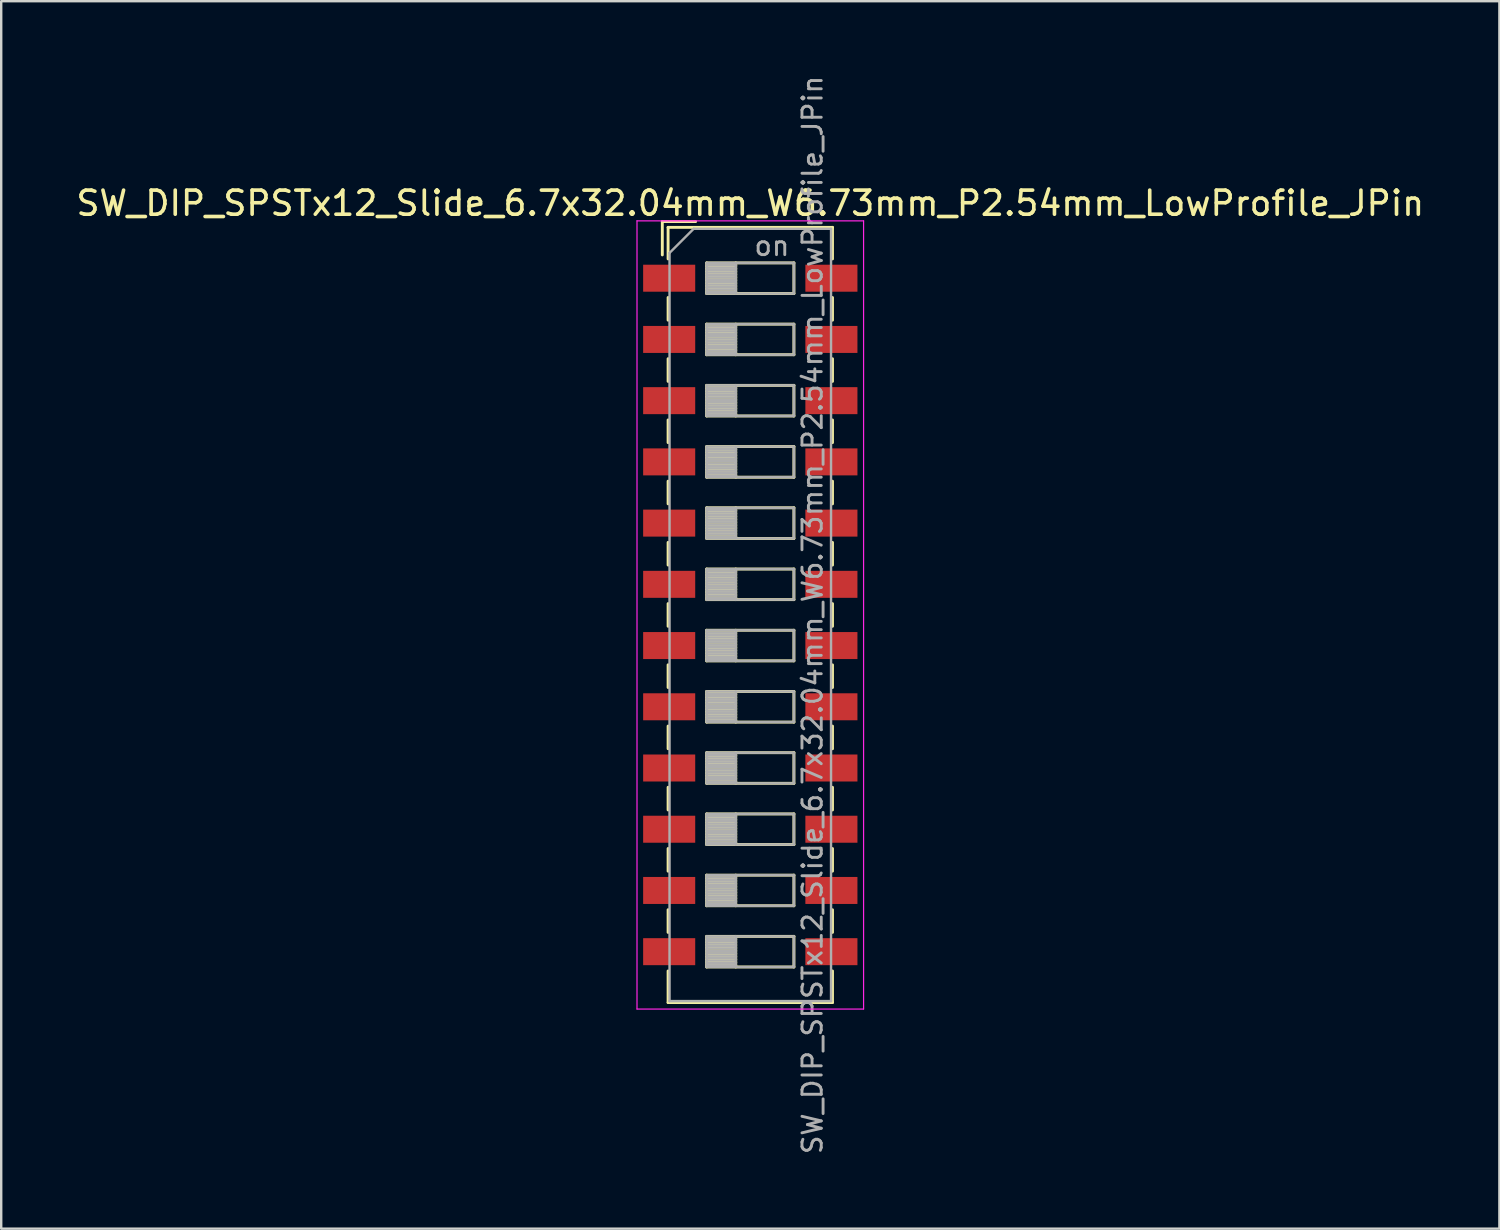
<source format=kicad_pcb>
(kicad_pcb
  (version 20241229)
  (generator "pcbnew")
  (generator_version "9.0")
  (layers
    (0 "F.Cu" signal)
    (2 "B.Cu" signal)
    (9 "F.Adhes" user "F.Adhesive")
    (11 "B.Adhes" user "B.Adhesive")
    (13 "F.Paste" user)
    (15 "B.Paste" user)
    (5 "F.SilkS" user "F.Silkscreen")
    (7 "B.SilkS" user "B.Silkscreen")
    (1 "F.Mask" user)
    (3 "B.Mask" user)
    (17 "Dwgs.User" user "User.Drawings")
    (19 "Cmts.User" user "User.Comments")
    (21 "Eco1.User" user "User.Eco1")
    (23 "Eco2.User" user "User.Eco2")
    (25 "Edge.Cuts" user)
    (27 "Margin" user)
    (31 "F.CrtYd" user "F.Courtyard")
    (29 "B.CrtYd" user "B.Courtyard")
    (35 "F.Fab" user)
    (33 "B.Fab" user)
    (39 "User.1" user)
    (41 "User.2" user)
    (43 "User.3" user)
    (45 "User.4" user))
  (footprint "SW_DIP_SPSTx12_Slide_6.7x32.04mm_W6.73mm_P2.54mm_LowProfile_JPin"
    (layer "F.Cu")
    (at 28.077 22.462)
    (property "Reference" "SW_DIP_SPSTx12_Slide_6.7x32.04mm_W6.73mm_P2.54mm_LowProfile_JPin" (at 0 -17.08 0) (layer "F.SilkS") (effects (font (size 1 1) (thickness 0.15))))
    (attr smd)
    (fp_line (start -3.65 -16.32) (end -3.65 -14.937) (stroke (width 0.12) (type solid)) (layer "F.SilkS"))
    (fp_line (start -3.65 -16.32) (end -2.267 -16.32) (stroke (width 0.12) (type solid)) (layer "F.SilkS"))
    (fp_line (start -3.41 -16.08) (end -3.41 -14.77) (stroke (width 0.12) (type solid)) (layer "F.SilkS"))
    (fp_line (start -3.41 -16.08) (end 3.41 -16.08) (stroke (width 0.12) (type solid)) (layer "F.SilkS"))
    (fp_line (start -3.41 -13.17) (end -3.41 -12.23) (stroke (width 0.12) (type solid)) (layer "F.SilkS"))
    (fp_line (start -3.41 -10.63) (end -3.41 -9.69) (stroke (width 0.12) (type solid)) (layer "F.SilkS"))
    (fp_line (start -3.41 -8.09) (end -3.41 -7.15) (stroke (width 0.12) (type solid)) (layer "F.SilkS"))
    (fp_line (start -3.41 -5.55) (end -3.41 -4.61) (stroke (width 0.12) (type solid)) (layer "F.SilkS"))
    (fp_line (start -3.41 -3.01) (end -3.41 -2.07) (stroke (width 0.12) (type solid)) (layer "F.SilkS"))
    (fp_line (start -3.41 -0.47) (end -3.41 0.47) (stroke (width 0.12) (type solid)) (layer "F.SilkS"))
    (fp_line (start -3.41 2.07) (end -3.41 3.01) (stroke (width 0.12) (type solid)) (layer "F.SilkS"))
    (fp_line (start -3.41 4.61) (end -3.41 5.55) (stroke (width 0.12) (type solid)) (layer "F.SilkS"))
    (fp_line (start -3.41 7.15) (end -3.41 8.09) (stroke (width 0.12) (type solid)) (layer "F.SilkS"))
    (fp_line (start -3.41 9.69) (end -3.41 10.63) (stroke (width 0.12) (type solid)) (layer "F.SilkS"))
    (fp_line (start -3.41 12.23) (end -3.41 13.17) (stroke (width 0.12) (type solid)) (layer "F.SilkS"))
    (fp_line (start -3.41 14.77) (end -3.41 16.08) (stroke (width 0.12) (type solid)) (layer "F.SilkS"))
    (fp_line (start -3.41 16.08) (end 3.41 16.08) (stroke (width 0.12) (type solid)) (layer "F.SilkS"))
    (fp_line (start -1.81 -14.605) (end -1.81 -13.335) (stroke (width 0.12) (type solid)) (layer "F.SilkS"))
    (fp_line (start -1.81 -14.485) (end -0.603 -14.485) (stroke (width 0.12) (type solid)) (layer "F.SilkS"))
    (fp_line (start -1.81 -14.365) (end -0.603 -14.365) (stroke (width 0.12) (type solid)) (layer "F.SilkS"))
    (fp_line (start -1.81 -14.245) (end -0.603 -14.245) (stroke (width 0.12) (type solid)) (layer "F.SilkS"))
    (fp_line (start -1.81 -14.125) (end -0.603 -14.125) (stroke (width 0.12) (type solid)) (layer "F.SilkS"))
    (fp_line (start -1.81 -14.005) (end -0.603 -14.005) (stroke (width 0.12) (type solid)) (layer "F.SilkS"))
    (fp_line (start -1.81 -13.885) (end -0.603 -13.885) (stroke (width 0.12) (type solid)) (layer "F.SilkS"))
    (fp_line (start -1.81 -13.765) (end -0.603 -13.765) (stroke (width 0.12) (type solid)) (layer "F.SilkS"))
    (fp_line (start -1.81 -13.645) (end -0.603 -13.645) (stroke (width 0.12) (type solid)) (layer "F.SilkS"))
    (fp_line (start -1.81 -13.525) (end -0.603 -13.525) (stroke (width 0.12) (type solid)) (layer "F.SilkS"))
    (fp_line (start -1.81 -13.405) (end -0.603 -13.405) (stroke (width 0.12) (type solid)) (layer "F.SilkS"))
    (fp_line (start -1.81 -13.335) (end 1.81 -13.335) (stroke (width 0.12) (type solid)) (layer "F.SilkS"))
    (fp_line (start -1.81 -12.065) (end -1.81 -10.795) (stroke (width 0.12) (type solid)) (layer "F.SilkS"))
    (fp_line (start -1.81 -11.945) (end -0.603 -11.945) (stroke (width 0.12) (type solid)) (layer "F.SilkS"))
    (fp_line (start -1.81 -11.825) (end -0.603 -11.825) (stroke (width 0.12) (type solid)) (layer "F.SilkS"))
    (fp_line (start -1.81 -11.705) (end -0.603 -11.705) (stroke (width 0.12) (type solid)) (layer "F.SilkS"))
    (fp_line (start -1.81 -11.585) (end -0.603 -11.585) (stroke (width 0.12) (type solid)) (layer "F.SilkS"))
    (fp_line (start -1.81 -11.465) (end -0.603 -11.465) (stroke (width 0.12) (type solid)) (layer "F.SilkS"))
    (fp_line (start -1.81 -11.345) (end -0.603 -11.345) (stroke (width 0.12) (type solid)) (layer "F.SilkS"))
    (fp_line (start -1.81 -11.225) (end -0.603 -11.225) (stroke (width 0.12) (type solid)) (layer "F.SilkS"))
    (fp_line (start -1.81 -11.105) (end -0.603 -11.105) (stroke (width 0.12) (type solid)) (layer "F.SilkS"))
    (fp_line (start -1.81 -10.985) (end -0.603 -10.985) (stroke (width 0.12) (type solid)) (layer "F.SilkS"))
    (fp_line (start -1.81 -10.865) (end -0.603 -10.865) (stroke (width 0.12) (type solid)) (layer "F.SilkS"))
    (fp_line (start -1.81 -10.795) (end 1.81 -10.795) (stroke (width 0.12) (type solid)) (layer "F.SilkS"))
    (fp_line (start -1.81 -9.525) (end -1.81 -8.255) (stroke (width 0.12) (type solid)) (layer "F.SilkS"))
    (fp_line (start -1.81 -9.405) (end -0.603 -9.405) (stroke (width 0.12) (type solid)) (layer "F.SilkS"))
    (fp_line (start -1.81 -9.285) (end -0.603 -9.285) (stroke (width 0.12) (type solid)) (layer "F.SilkS"))
    (fp_line (start -1.81 -9.165) (end -0.603 -9.165) (stroke (width 0.12) (type solid)) (layer "F.SilkS"))
    (fp_line (start -1.81 -9.045) (end -0.603 -9.045) (stroke (width 0.12) (type solid)) (layer "F.SilkS"))
    (fp_line (start -1.81 -8.925) (end -0.603 -8.925) (stroke (width 0.12) (type solid)) (layer "F.SilkS"))
    (fp_line (start -1.81 -8.805) (end -0.603 -8.805) (stroke (width 0.12) (type solid)) (layer "F.SilkS"))
    (fp_line (start -1.81 -8.685) (end -0.603 -8.685) (stroke (width 0.12) (type solid)) (layer "F.SilkS"))
    (fp_line (start -1.81 -8.565) (end -0.603 -8.565) (stroke (width 0.12) (type solid)) (layer "F.SilkS"))
    (fp_line (start -1.81 -8.445) (end -0.603 -8.445) (stroke (width 0.12) (type solid)) (layer "F.SilkS"))
    (fp_line (start -1.81 -8.325) (end -0.603 -8.325) (stroke (width 0.12) (type solid)) (layer "F.SilkS"))
    (fp_line (start -1.81 -8.255) (end 1.81 -8.255) (stroke (width 0.12) (type solid)) (layer "F.SilkS"))
    (fp_line (start -1.81 -6.985) (end -1.81 -5.715) (stroke (width 0.12) (type solid)) (layer "F.SilkS"))
    (fp_line (start -1.81 -6.865) (end -0.603 -6.865) (stroke (width 0.12) (type solid)) (layer "F.SilkS"))
    (fp_line (start -1.81 -6.745) (end -0.603 -6.745) (stroke (width 0.12) (type solid)) (layer "F.SilkS"))
    (fp_line (start -1.81 -6.625) (end -0.603 -6.625) (stroke (width 0.12) (type solid)) (layer "F.SilkS"))
    (fp_line (start -1.81 -6.505) (end -0.603 -6.505) (stroke (width 0.12) (type solid)) (layer "F.SilkS"))
    (fp_line (start -1.81 -6.385) (end -0.603 -6.385) (stroke (width 0.12) (type solid)) (layer "F.SilkS"))
    (fp_line (start -1.81 -6.265) (end -0.603 -6.265) (stroke (width 0.12) (type solid)) (layer "F.SilkS"))
    (fp_line (start -1.81 -6.145) (end -0.603 -6.145) (stroke (width 0.12) (type solid)) (layer "F.SilkS"))
    (fp_line (start -1.81 -6.025) (end -0.603 -6.025) (stroke (width 0.12) (type solid)) (layer "F.SilkS"))
    (fp_line (start -1.81 -5.905) (end -0.603 -5.905) (stroke (width 0.12) (type solid)) (layer "F.SilkS"))
    (fp_line (start -1.81 -5.785) (end -0.603 -5.785) (stroke (width 0.12) (type solid)) (layer "F.SilkS"))
    (fp_line (start -1.81 -5.715) (end 1.81 -5.715) (stroke (width 0.12) (type solid)) (layer "F.SilkS"))
    (fp_line (start -1.81 -4.445) (end -1.81 -3.175) (stroke (width 0.12) (type solid)) (layer "F.SilkS"))
    (fp_line (start -1.81 -4.325) (end -0.603 -4.325) (stroke (width 0.12) (type solid)) (layer "F.SilkS"))
    (fp_line (start -1.81 -4.205) (end -0.603 -4.205) (stroke (width 0.12) (type solid)) (layer "F.SilkS"))
    (fp_line (start -1.81 -4.085) (end -0.603 -4.085) (stroke (width 0.12) (type solid)) (layer "F.SilkS"))
    (fp_line (start -1.81 -3.965) (end -0.603 -3.965) (stroke (width 0.12) (type solid)) (layer "F.SilkS"))
    (fp_line (start -1.81 -3.845) (end -0.603 -3.845) (stroke (width 0.12) (type solid)) (layer "F.SilkS"))
    (fp_line (start -1.81 -3.725) (end -0.603 -3.725) (stroke (width 0.12) (type solid)) (layer "F.SilkS"))
    (fp_line (start -1.81 -3.605) (end -0.603 -3.605) (stroke (width 0.12) (type solid)) (layer "F.SilkS"))
    (fp_line (start -1.81 -3.485) (end -0.603 -3.485) (stroke (width 0.12) (type solid)) (layer "F.SilkS"))
    (fp_line (start -1.81 -3.365) (end -0.603 -3.365) (stroke (width 0.12) (type solid)) (layer "F.SilkS"))
    (fp_line (start -1.81 -3.245) (end -0.603 -3.245) (stroke (width 0.12) (type solid)) (layer "F.SilkS"))
    (fp_line (start -1.81 -3.175) (end 1.81 -3.175) (stroke (width 0.12) (type solid)) (layer "F.SilkS"))
    (fp_line (start -1.81 -1.905) (end -1.81 -0.635) (stroke (width 0.12) (type solid)) (layer "F.SilkS"))
    (fp_line (start -1.81 -1.785) (end -0.603 -1.785) (stroke (width 0.12) (type solid)) (layer "F.SilkS"))
    (fp_line (start -1.81 -1.665) (end -0.603 -1.665) (stroke (width 0.12) (type solid)) (layer "F.SilkS"))
    (fp_line (start -1.81 -1.545) (end -0.603 -1.545) (stroke (width 0.12) (type solid)) (layer "F.SilkS"))
    (fp_line (start -1.81 -1.425) (end -0.603 -1.425) (stroke (width 0.12) (type solid)) (layer "F.SilkS"))
    (fp_line (start -1.81 -1.305) (end -0.603 -1.305) (stroke (width 0.12) (type solid)) (layer "F.SilkS"))
    (fp_line (start -1.81 -1.185) (end -0.603 -1.185) (stroke (width 0.12) (type solid)) (layer "F.SilkS"))
    (fp_line (start -1.81 -1.065) (end -0.603 -1.065) (stroke (width 0.12) (type solid)) (layer "F.SilkS"))
    (fp_line (start -1.81 -0.945) (end -0.603 -0.945) (stroke (width 0.12) (type solid)) (layer "F.SilkS"))
    (fp_line (start -1.81 -0.825) (end -0.603 -0.825) (stroke (width 0.12) (type solid)) (layer "F.SilkS"))
    (fp_line (start -1.81 -0.705) (end -0.603 -0.705) (stroke (width 0.12) (type solid)) (layer "F.SilkS"))
    (fp_line (start -1.81 -0.635) (end 1.81 -0.635) (stroke (width 0.12) (type solid)) (layer "F.SilkS"))
    (fp_line (start -1.81 0.635) (end -1.81 1.905) (stroke (width 0.12) (type solid)) (layer "F.SilkS"))
    (fp_line (start -1.81 0.755) (end -0.603 0.755) (stroke (width 0.12) (type solid)) (layer "F.SilkS"))
    (fp_line (start -1.81 0.875) (end -0.603 0.875) (stroke (width 0.12) (type solid)) (layer "F.SilkS"))
    (fp_line (start -1.81 0.995) (end -0.603 0.995) (stroke (width 0.12) (type solid)) (layer "F.SilkS"))
    (fp_line (start -1.81 1.115) (end -0.603 1.115) (stroke (width 0.12) (type solid)) (layer "F.SilkS"))
    (fp_line (start -1.81 1.235) (end -0.603 1.235) (stroke (width 0.12) (type solid)) (layer "F.SilkS"))
    (fp_line (start -1.81 1.355) (end -0.603 1.355) (stroke (width 0.12) (type solid)) (layer "F.SilkS"))
    (fp_line (start -1.81 1.475) (end -0.603 1.475) (stroke (width 0.12) (type solid)) (layer "F.SilkS"))
    (fp_line (start -1.81 1.595) (end -0.603 1.595) (stroke (width 0.12) (type solid)) (layer "F.SilkS"))
    (fp_line (start -1.81 1.715) (end -0.603 1.715) (stroke (width 0.12) (type solid)) (layer "F.SilkS"))
    (fp_line (start -1.81 1.835) (end -0.603 1.835) (stroke (width 0.12) (type solid)) (layer "F.SilkS"))
    (fp_line (start -1.81 1.905) (end 1.81 1.905) (stroke (width 0.12) (type solid)) (layer "F.SilkS"))
    (fp_line (start -1.81 3.175) (end -1.81 4.445) (stroke (width 0.12) (type solid)) (layer "F.SilkS"))
    (fp_line (start -1.81 3.295) (end -0.603 3.295) (stroke (width 0.12) (type solid)) (layer "F.SilkS"))
    (fp_line (start -1.81 3.415) (end -0.603 3.415) (stroke (width 0.12) (type solid)) (layer "F.SilkS"))
    (fp_line (start -1.81 3.535) (end -0.603 3.535) (stroke (width 0.12) (type solid)) (layer "F.SilkS"))
    (fp_line (start -1.81 3.655) (end -0.603 3.655) (stroke (width 0.12) (type solid)) (layer "F.SilkS"))
    (fp_line (start -1.81 3.775) (end -0.603 3.775) (stroke (width 0.12) (type solid)) (layer "F.SilkS"))
    (fp_line (start -1.81 3.895) (end -0.603 3.895) (stroke (width 0.12) (type solid)) (layer "F.SilkS"))
    (fp_line (start -1.81 4.015) (end -0.603 4.015) (stroke (width 0.12) (type solid)) (layer "F.SilkS"))
    (fp_line (start -1.81 4.135) (end -0.603 4.135) (stroke (width 0.12) (type solid)) (layer "F.SilkS"))
    (fp_line (start -1.81 4.255) (end -0.603 4.255) (stroke (width 0.12) (type solid)) (layer "F.SilkS"))
    (fp_line (start -1.81 4.375) (end -0.603 4.375) (stroke (width 0.12) (type solid)) (layer "F.SilkS"))
    (fp_line (start -1.81 4.445) (end 1.81 4.445) (stroke (width 0.12) (type solid)) (layer "F.SilkS"))
    (fp_line (start -1.81 5.715) (end -1.81 6.985) (stroke (width 0.12) (type solid)) (layer "F.SilkS"))
    (fp_line (start -1.81 5.835) (end -0.603 5.835) (stroke (width 0.12) (type solid)) (layer "F.SilkS"))
    (fp_line (start -1.81 5.955) (end -0.603 5.955) (stroke (width 0.12) (type solid)) (layer "F.SilkS"))
    (fp_line (start -1.81 6.075) (end -0.603 6.075) (stroke (width 0.12) (type solid)) (layer "F.SilkS"))
    (fp_line (start -1.81 6.195) (end -0.603 6.195) (stroke (width 0.12) (type solid)) (layer "F.SilkS"))
    (fp_line (start -1.81 6.315) (end -0.603 6.315) (stroke (width 0.12) (type solid)) (layer "F.SilkS"))
    (fp_line (start -1.81 6.435) (end -0.603 6.435) (stroke (width 0.12) (type solid)) (layer "F.SilkS"))
    (fp_line (start -1.81 6.555) (end -0.603 6.555) (stroke (width 0.12) (type solid)) (layer "F.SilkS"))
    (fp_line (start -1.81 6.675) (end -0.603 6.675) (stroke (width 0.12) (type solid)) (layer "F.SilkS"))
    (fp_line (start -1.81 6.795) (end -0.603 6.795) (stroke (width 0.12) (type solid)) (layer "F.SilkS"))
    (fp_line (start -1.81 6.915) (end -0.603 6.915) (stroke (width 0.12) (type solid)) (layer "F.SilkS"))
    (fp_line (start -1.81 6.985) (end 1.81 6.985) (stroke (width 0.12) (type solid)) (layer "F.SilkS"))
    (fp_line (start -1.81 8.255) (end -1.81 9.525) (stroke (width 0.12) (type solid)) (layer "F.SilkS"))
    (fp_line (start -1.81 8.375) (end -0.603 8.375) (stroke (width 0.12) (type solid)) (layer "F.SilkS"))
    (fp_line (start -1.81 8.495) (end -0.603 8.495) (stroke (width 0.12) (type solid)) (layer "F.SilkS"))
    (fp_line (start -1.81 8.615) (end -0.603 8.615) (stroke (width 0.12) (type solid)) (layer "F.SilkS"))
    (fp_line (start -1.81 8.735) (end -0.603 8.735) (stroke (width 0.12) (type solid)) (layer "F.SilkS"))
    (fp_line (start -1.81 8.855) (end -0.603 8.855) (stroke (width 0.12) (type solid)) (layer "F.SilkS"))
    (fp_line (start -1.81 8.975) (end -0.603 8.975) (stroke (width 0.12) (type solid)) (layer "F.SilkS"))
    (fp_line (start -1.81 9.095) (end -0.603 9.095) (stroke (width 0.12) (type solid)) (layer "F.SilkS"))
    (fp_line (start -1.81 9.215) (end -0.603 9.215) (stroke (width 0.12) (type solid)) (layer "F.SilkS"))
    (fp_line (start -1.81 9.335) (end -0.603 9.335) (stroke (width 0.12) (type solid)) (layer "F.SilkS"))
    (fp_line (start -1.81 9.455) (end -0.603 9.455) (stroke (width 0.12) (type solid)) (layer "F.SilkS"))
    (fp_line (start -1.81 9.525) (end 1.81 9.525) (stroke (width 0.12) (type solid)) (layer "F.SilkS"))
    (fp_line (start -1.81 10.795) (end -1.81 12.065) (stroke (width 0.12) (type solid)) (layer "F.SilkS"))
    (fp_line (start -1.81 10.915) (end -0.603 10.915) (stroke (width 0.12) (type solid)) (layer "F.SilkS"))
    (fp_line (start -1.81 11.035) (end -0.603 11.035) (stroke (width 0.12) (type solid)) (layer "F.SilkS"))
    (fp_line (start -1.81 11.155) (end -0.603 11.155) (stroke (width 0.12) (type solid)) (layer "F.SilkS"))
    (fp_line (start -1.81 11.275) (end -0.603 11.275) (stroke (width 0.12) (type solid)) (layer "F.SilkS"))
    (fp_line (start -1.81 11.395) (end -0.603 11.395) (stroke (width 0.12) (type solid)) (layer "F.SilkS"))
    (fp_line (start -1.81 11.515) (end -0.603 11.515) (stroke (width 0.12) (type solid)) (layer "F.SilkS"))
    (fp_line (start -1.81 11.635) (end -0.603 11.635) (stroke (width 0.12) (type solid)) (layer "F.SilkS"))
    (fp_line (start -1.81 11.755) (end -0.603 11.755) (stroke (width 0.12) (type solid)) (layer "F.SilkS"))
    (fp_line (start -1.81 11.875) (end -0.603 11.875) (stroke (width 0.12) (type solid)) (layer "F.SilkS"))
    (fp_line (start -1.81 11.995) (end -0.603 11.995) (stroke (width 0.12) (type solid)) (layer "F.SilkS"))
    (fp_line (start -1.81 12.065) (end 1.81 12.065) (stroke (width 0.12) (type solid)) (layer "F.SilkS"))
    (fp_line (start -1.81 13.335) (end -1.81 14.605) (stroke (width 0.12) (type solid)) (layer "F.SilkS"))
    (fp_line (start -1.81 13.455) (end -0.603 13.455) (stroke (width 0.12) (type solid)) (layer "F.SilkS"))
    (fp_line (start -1.81 13.575) (end -0.603 13.575) (stroke (width 0.12) (type solid)) (layer "F.SilkS"))
    (fp_line (start -1.81 13.695) (end -0.603 13.695) (stroke (width 0.12) (type solid)) (layer "F.SilkS"))
    (fp_line (start -1.81 13.815) (end -0.603 13.815) (stroke (width 0.12) (type solid)) (layer "F.SilkS"))
    (fp_line (start -1.81 13.935) (end -0.603 13.935) (stroke (width 0.12) (type solid)) (layer "F.SilkS"))
    (fp_line (start -1.81 14.055) (end -0.603 14.055) (stroke (width 0.12) (type solid)) (layer "F.SilkS"))
    (fp_line (start -1.81 14.175) (end -0.603 14.175) (stroke (width 0.12) (type solid)) (layer "F.SilkS"))
    (fp_line (start -1.81 14.295) (end -0.603 14.295) (stroke (width 0.12) (type solid)) (layer "F.SilkS"))
    (fp_line (start -1.81 14.415) (end -0.603 14.415) (stroke (width 0.12) (type solid)) (layer "F.SilkS"))
    (fp_line (start -1.81 14.535) (end -0.603 14.535) (stroke (width 0.12) (type solid)) (layer "F.SilkS"))
    (fp_line (start -1.81 14.605) (end 1.81 14.605) (stroke (width 0.12) (type solid)) (layer "F.SilkS"))
    (fp_line (start -0.603 -14.605) (end -0.603 -13.335) (stroke (width 0.12) (type solid)) (layer "F.SilkS"))
    (fp_line (start -0.603 -12.065) (end -0.603 -10.795) (stroke (width 0.12) (type solid)) (layer "F.SilkS"))
    (fp_line (start -0.603 -9.525) (end -0.603 -8.255) (stroke (width 0.12) (type solid)) (layer "F.SilkS"))
    (fp_line (start -0.603 -6.985) (end -0.603 -5.715) (stroke (width 0.12) (type solid)) (layer "F.SilkS"))
    (fp_line (start -0.603 -4.445) (end -0.603 -3.175) (stroke (width 0.12) (type solid)) (layer "F.SilkS"))
    (fp_line (start -0.603 -1.905) (end -0.603 -0.635) (stroke (width 0.12) (type solid)) (layer "F.SilkS"))
    (fp_line (start -0.603 0.635) (end -0.603 1.905) (stroke (width 0.12) (type solid)) (layer "F.SilkS"))
    (fp_line (start -0.603 3.175) (end -0.603 4.445) (stroke (width 0.12) (type solid)) (layer "F.SilkS"))
    (fp_line (start -0.603 5.715) (end -0.603 6.985) (stroke (width 0.12) (type solid)) (layer "F.SilkS"))
    (fp_line (start -0.603 8.255) (end -0.603 9.525) (stroke (width 0.12) (type solid)) (layer "F.SilkS"))
    (fp_line (start -0.603 10.795) (end -0.603 12.065) (stroke (width 0.12) (type solid)) (layer "F.SilkS"))
    (fp_line (start -0.603 13.335) (end -0.603 14.605) (stroke (width 0.12) (type solid)) (layer "F.SilkS"))
    (fp_line (start 1.81 -14.605) (end -1.81 -14.605) (stroke (width 0.12) (type solid)) (layer "F.SilkS"))
    (fp_line (start 1.81 -13.335) (end 1.81 -14.605) (stroke (width 0.12) (type solid)) (layer "F.SilkS"))
    (fp_line (start 1.81 -12.065) (end -1.81 -12.065) (stroke (width 0.12) (type solid)) (layer "F.SilkS"))
    (fp_line (start 1.81 -10.795) (end 1.81 -12.065) (stroke (width 0.12) (type solid)) (layer "F.SilkS"))
    (fp_line (start 1.81 -9.525) (end -1.81 -9.525) (stroke (width 0.12) (type solid)) (layer "F.SilkS"))
    (fp_line (start 1.81 -8.255) (end 1.81 -9.525) (stroke (width 0.12) (type solid)) (layer "F.SilkS"))
    (fp_line (start 1.81 -6.985) (end -1.81 -6.985) (stroke (width 0.12) (type solid)) (layer "F.SilkS"))
    (fp_line (start 1.81 -5.715) (end 1.81 -6.985) (stroke (width 0.12) (type solid)) (layer "F.SilkS"))
    (fp_line (start 1.81 -4.445) (end -1.81 -4.445) (stroke (width 0.12) (type solid)) (layer "F.SilkS"))
    (fp_line (start 1.81 -3.175) (end 1.81 -4.445) (stroke (width 0.12) (type solid)) (layer "F.SilkS"))
    (fp_line (start 1.81 -1.905) (end -1.81 -1.905) (stroke (width 0.12) (type solid)) (layer "F.SilkS"))
    (fp_line (start 1.81 -0.635) (end 1.81 -1.905) (stroke (width 0.12) (type solid)) (layer "F.SilkS"))
    (fp_line (start 1.81 0.635) (end -1.81 0.635) (stroke (width 0.12) (type solid)) (layer "F.SilkS"))
    (fp_line (start 1.81 1.905) (end 1.81 0.635) (stroke (width 0.12) (type solid)) (layer "F.SilkS"))
    (fp_line (start 1.81 3.175) (end -1.81 3.175) (stroke (width 0.12) (type solid)) (layer "F.SilkS"))
    (fp_line (start 1.81 4.445) (end 1.81 3.175) (stroke (width 0.12) (type solid)) (layer "F.SilkS"))
    (fp_line (start 1.81 5.715) (end -1.81 5.715) (stroke (width 0.12) (type solid)) (layer "F.SilkS"))
    (fp_line (start 1.81 6.985) (end 1.81 5.715) (stroke (width 0.12) (type solid)) (layer "F.SilkS"))
    (fp_line (start 1.81 8.255) (end -1.81 8.255) (stroke (width 0.12) (type solid)) (layer "F.SilkS"))
    (fp_line (start 1.81 9.525) (end 1.81 8.255) (stroke (width 0.12) (type solid)) (layer "F.SilkS"))
    (fp_line (start 1.81 10.795) (end -1.81 10.795) (stroke (width 0.12) (type solid)) (layer "F.SilkS"))
    (fp_line (start 1.81 12.065) (end 1.81 10.795) (stroke (width 0.12) (type solid)) (layer "F.SilkS"))
    (fp_line (start 1.81 13.335) (end -1.81 13.335) (stroke (width 0.12) (type solid)) (layer "F.SilkS"))
    (fp_line (start 1.81 14.605) (end 1.81 13.335) (stroke (width 0.12) (type solid)) (layer "F.SilkS"))
    (fp_line (start 3.41 -16.08) (end 3.41 -14.77) (stroke (width 0.12) (type solid)) (layer "F.SilkS"))
    (fp_line (start 3.41 -13.169) (end 3.41 -12.229) (stroke (width 0.12) (type solid)) (layer "F.SilkS"))
    (fp_line (start 3.41 -10.629) (end 3.41 -9.689) (stroke (width 0.12) (type solid)) (layer "F.SilkS"))
    (fp_line (start 3.41 -8.089) (end 3.41 -7.149) (stroke (width 0.12) (type solid)) (layer "F.SilkS"))
    (fp_line (start 3.41 -5.549) (end 3.41 -4.609) (stroke (width 0.12) (type solid)) (layer "F.SilkS"))
    (fp_line (start 3.41 -3.009) (end 3.41 -2.069) (stroke (width 0.12) (type solid)) (layer "F.SilkS"))
    (fp_line (start 3.41 -0.469) (end 3.41 0.471) (stroke (width 0.12) (type solid)) (layer "F.SilkS"))
    (fp_line (start 3.41 2.071) (end 3.41 3.011) (stroke (width 0.12) (type solid)) (layer "F.SilkS"))
    (fp_line (start 3.41 4.611) (end 3.41 5.551) (stroke (width 0.12) (type solid)) (layer "F.SilkS"))
    (fp_line (start 3.41 7.151) (end 3.41 8.09) (stroke (width 0.12) (type solid)) (layer "F.SilkS"))
    (fp_line (start 3.41 9.691) (end 3.41 10.63) (stroke (width 0.12) (type solid)) (layer "F.SilkS"))
    (fp_line (start 3.41 12.231) (end 3.41 13.17) (stroke (width 0.12) (type solid)) (layer "F.SilkS"))
    (fp_line (start 3.41 14.77) (end 3.41 16.08) (stroke (width 0.12) (type solid)) (layer "F.SilkS"))
    (fp_line (start -4.7 -16.35) (end -4.7 16.35) (stroke (width 0.05) (type solid)) (layer "F.CrtYd"))
    (fp_line (start -4.7 16.35) (end 4.7 16.35) (stroke (width 0.05) (type solid)) (layer "F.CrtYd"))
    (fp_line (start 4.7 -16.35) (end -4.7 -16.35) (stroke (width 0.05) (type solid)) (layer "F.CrtYd"))
    (fp_line (start 4.7 16.35) (end 4.7 -16.35) (stroke (width 0.05) (type solid)) (layer "F.CrtYd"))
    (fp_line (start -3.35 -15.02) (end -2.35 -16.02) (stroke (width 0.1) (type solid)) (layer "F.Fab"))
    (fp_line (start -3.35 16.02) (end -3.35 -15.02) (stroke (width 0.1) (type solid)) (layer "F.Fab"))
    (fp_line (start -2.35 -16.02) (end 3.35 -16.02) (stroke (width 0.1) (type solid)) (layer "F.Fab"))
    (fp_line (start -1.81 -14.605) (end -1.81 -13.335) (stroke (width 0.1) (type solid)) (layer "F.Fab"))
    (fp_line (start -1.81 -14.505) (end -0.603 -14.505) (stroke (width 0.1) (type solid)) (layer "F.Fab"))
    (fp_line (start -1.81 -14.405) (end -0.603 -14.405) (stroke (width 0.1) (type solid)) (layer "F.Fab"))
    (fp_line (start -1.81 -14.305) (end -0.603 -14.305) (stroke (width 0.1) (type solid)) (layer "F.Fab"))
    (fp_line (start -1.81 -14.205) (end -0.603 -14.205) (stroke (width 0.1) (type solid)) (layer "F.Fab"))
    (fp_line (start -1.81 -14.105) (end -0.603 -14.105) (stroke (width 0.1) (type solid)) (layer "F.Fab"))
    (fp_line (start -1.81 -14.005) (end -0.603 -14.005) (stroke (width 0.1) (type solid)) (layer "F.Fab"))
    (fp_line (start -1.81 -13.905) (end -0.603 -13.905) (stroke (width 0.1) (type solid)) (layer "F.Fab"))
    (fp_line (start -1.81 -13.805) (end -0.603 -13.805) (stroke (width 0.1) (type solid)) (layer "F.Fab"))
    (fp_line (start -1.81 -13.705) (end -0.603 -13.705) (stroke (width 0.1) (type solid)) (layer "F.Fab"))
    (fp_line (start -1.81 -13.605) (end -0.603 -13.605) (stroke (width 0.1) (type solid)) (layer "F.Fab"))
    (fp_line (start -1.81 -13.505) (end -0.603 -13.505) (stroke (width 0.1) (type solid)) (layer "F.Fab"))
    (fp_line (start -1.81 -13.405) (end -0.603 -13.405) (stroke (width 0.1) (type solid)) (layer "F.Fab"))
    (fp_line (start -1.81 -13.335) (end 1.81 -13.335) (stroke (width 0.1) (type solid)) (layer "F.Fab"))
    (fp_line (start -1.81 -12.065) (end -1.81 -10.795) (stroke (width 0.1) (type solid)) (layer "F.Fab"))
    (fp_line (start -1.81 -11.965) (end -0.603 -11.965) (stroke (width 0.1) (type solid)) (layer "F.Fab"))
    (fp_line (start -1.81 -11.865) (end -0.603 -11.865) (stroke (width 0.1) (type solid)) (layer "F.Fab"))
    (fp_line (start -1.81 -11.765) (end -0.603 -11.765) (stroke (width 0.1) (type solid)) (layer "F.Fab"))
    (fp_line (start -1.81 -11.665) (end -0.603 -11.665) (stroke (width 0.1) (type solid)) (layer "F.Fab"))
    (fp_line (start -1.81 -11.565) (end -0.603 -11.565) (stroke (width 0.1) (type solid)) (layer "F.Fab"))
    (fp_line (start -1.81 -11.465) (end -0.603 -11.465) (stroke (width 0.1) (type solid)) (layer "F.Fab"))
    (fp_line (start -1.81 -11.365) (end -0.603 -11.365) (stroke (width 0.1) (type solid)) (layer "F.Fab"))
    (fp_line (start -1.81 -11.265) (end -0.603 -11.265) (stroke (width 0.1) (type solid)) (layer "F.Fab"))
    (fp_line (start -1.81 -11.165) (end -0.603 -11.165) (stroke (width 0.1) (type solid)) (layer "F.Fab"))
    (fp_line (start -1.81 -11.065) (end -0.603 -11.065) (stroke (width 0.1) (type solid)) (layer "F.Fab"))
    (fp_line (start -1.81 -10.965) (end -0.603 -10.965) (stroke (width 0.1) (type solid)) (layer "F.Fab"))
    (fp_line (start -1.81 -10.865) (end -0.603 -10.865) (stroke (width 0.1) (type solid)) (layer "F.Fab"))
    (fp_line (start -1.81 -10.795) (end 1.81 -10.795) (stroke (width 0.1) (type solid)) (layer "F.Fab"))
    (fp_line (start -1.81 -9.525) (end -1.81 -8.255) (stroke (width 0.1) (type solid)) (layer "F.Fab"))
    (fp_line (start -1.81 -9.425) (end -0.603 -9.425) (stroke (width 0.1) (type solid)) (layer "F.Fab"))
    (fp_line (start -1.81 -9.325) (end -0.603 -9.325) (stroke (width 0.1) (type solid)) (layer "F.Fab"))
    (fp_line (start -1.81 -9.225) (end -0.603 -9.225) (stroke (width 0.1) (type solid)) (layer "F.Fab"))
    (fp_line (start -1.81 -9.125) (end -0.603 -9.125) (stroke (width 0.1) (type solid)) (layer "F.Fab"))
    (fp_line (start -1.81 -9.025) (end -0.603 -9.025) (stroke (width 0.1) (type solid)) (layer "F.Fab"))
    (fp_line (start -1.81 -8.925) (end -0.603 -8.925) (stroke (width 0.1) (type solid)) (layer "F.Fab"))
    (fp_line (start -1.81 -8.825) (end -0.603 -8.825) (stroke (width 0.1) (type solid)) (layer "F.Fab"))
    (fp_line (start -1.81 -8.725) (end -0.603 -8.725) (stroke (width 0.1) (type solid)) (layer "F.Fab"))
    (fp_line (start -1.81 -8.625) (end -0.603 -8.625) (stroke (width 0.1) (type solid)) (layer "F.Fab"))
    (fp_line (start -1.81 -8.525) (end -0.603 -8.525) (stroke (width 0.1) (type solid)) (layer "F.Fab"))
    (fp_line (start -1.81 -8.425) (end -0.603 -8.425) (stroke (width 0.1) (type solid)) (layer "F.Fab"))
    (fp_line (start -1.81 -8.325) (end -0.603 -8.325) (stroke (width 0.1) (type solid)) (layer "F.Fab"))
    (fp_line (start -1.81 -8.255) (end 1.81 -8.255) (stroke (width 0.1) (type solid)) (layer "F.Fab"))
    (fp_line (start -1.81 -6.985) (end -1.81 -5.715) (stroke (width 0.1) (type solid)) (layer "F.Fab"))
    (fp_line (start -1.81 -6.885) (end -0.603 -6.885) (stroke (width 0.1) (type solid)) (layer "F.Fab"))
    (fp_line (start -1.81 -6.785) (end -0.603 -6.785) (stroke (width 0.1) (type solid)) (layer "F.Fab"))
    (fp_line (start -1.81 -6.685) (end -0.603 -6.685) (stroke (width 0.1) (type solid)) (layer "F.Fab"))
    (fp_line (start -1.81 -6.585) (end -0.603 -6.585) (stroke (width 0.1) (type solid)) (layer "F.Fab"))
    (fp_line (start -1.81 -6.485) (end -0.603 -6.485) (stroke (width 0.1) (type solid)) (layer "F.Fab"))
    (fp_line (start -1.81 -6.385) (end -0.603 -6.385) (stroke (width 0.1) (type solid)) (layer "F.Fab"))
    (fp_line (start -1.81 -6.285) (end -0.603 -6.285) (stroke (width 0.1) (type solid)) (layer "F.Fab"))
    (fp_line (start -1.81 -6.185) (end -0.603 -6.185) (stroke (width 0.1) (type solid)) (layer "F.Fab"))
    (fp_line (start -1.81 -6.085) (end -0.603 -6.085) (stroke (width 0.1) (type solid)) (layer "F.Fab"))
    (fp_line (start -1.81 -5.985) (end -0.603 -5.985) (stroke (width 0.1) (type solid)) (layer "F.Fab"))
    (fp_line (start -1.81 -5.885) (end -0.603 -5.885) (stroke (width 0.1) (type solid)) (layer "F.Fab"))
    (fp_line (start -1.81 -5.785) (end -0.603 -5.785) (stroke (width 0.1) (type solid)) (layer "F.Fab"))
    (fp_line (start -1.81 -5.715) (end 1.81 -5.715) (stroke (width 0.1) (type solid)) (layer "F.Fab"))
    (fp_line (start -1.81 -4.445) (end -1.81 -3.175) (stroke (width 0.1) (type solid)) (layer "F.Fab"))
    (fp_line (start -1.81 -4.345) (end -0.603 -4.345) (stroke (width 0.1) (type solid)) (layer "F.Fab"))
    (fp_line (start -1.81 -4.245) (end -0.603 -4.245) (stroke (width 0.1) (type solid)) (layer "F.Fab"))
    (fp_line (start -1.81 -4.145) (end -0.603 -4.145) (stroke (width 0.1) (type solid)) (layer "F.Fab"))
    (fp_line (start -1.81 -4.045) (end -0.603 -4.045) (stroke (width 0.1) (type solid)) (layer "F.Fab"))
    (fp_line (start -1.81 -3.945) (end -0.603 -3.945) (stroke (width 0.1) (type solid)) (layer "F.Fab"))
    (fp_line (start -1.81 -3.845) (end -0.603 -3.845) (stroke (width 0.1) (type solid)) (layer "F.Fab"))
    (fp_line (start -1.81 -3.745) (end -0.603 -3.745) (stroke (width 0.1) (type solid)) (layer "F.Fab"))
    (fp_line (start -1.81 -3.645) (end -0.603 -3.645) (stroke (width 0.1) (type solid)) (layer "F.Fab"))
    (fp_line (start -1.81 -3.545) (end -0.603 -3.545) (stroke (width 0.1) (type solid)) (layer "F.Fab"))
    (fp_line (start -1.81 -3.445) (end -0.603 -3.445) (stroke (width 0.1) (type solid)) (layer "F.Fab"))
    (fp_line (start -1.81 -3.345) (end -0.603 -3.345) (stroke (width 0.1) (type solid)) (layer "F.Fab"))
    (fp_line (start -1.81 -3.245) (end -0.603 -3.245) (stroke (width 0.1) (type solid)) (layer "F.Fab"))
    (fp_line (start -1.81 -3.175) (end 1.81 -3.175) (stroke (width 0.1) (type solid)) (layer "F.Fab"))
    (fp_line (start -1.81 -1.905) (end -1.81 -0.635) (stroke (width 0.1) (type solid)) (layer "F.Fab"))
    (fp_line (start -1.81 -1.805) (end -0.603 -1.805) (stroke (width 0.1) (type solid)) (layer "F.Fab"))
    (fp_line (start -1.81 -1.705) (end -0.603 -1.705) (stroke (width 0.1) (type solid)) (layer "F.Fab"))
    (fp_line (start -1.81 -1.605) (end -0.603 -1.605) (stroke (width 0.1) (type solid)) (layer "F.Fab"))
    (fp_line (start -1.81 -1.505) (end -0.603 -1.505) (stroke (width 0.1) (type solid)) (layer "F.Fab"))
    (fp_line (start -1.81 -1.405) (end -0.603 -1.405) (stroke (width 0.1) (type solid)) (layer "F.Fab"))
    (fp_line (start -1.81 -1.305) (end -0.603 -1.305) (stroke (width 0.1) (type solid)) (layer "F.Fab"))
    (fp_line (start -1.81 -1.205) (end -0.603 -1.205) (stroke (width 0.1) (type solid)) (layer "F.Fab"))
    (fp_line (start -1.81 -1.105) (end -0.603 -1.105) (stroke (width 0.1) (type solid)) (layer "F.Fab"))
    (fp_line (start -1.81 -1.005) (end -0.603 -1.005) (stroke (width 0.1) (type solid)) (layer "F.Fab"))
    (fp_line (start -1.81 -0.905) (end -0.603 -0.905) (stroke (width 0.1) (type solid)) (layer "F.Fab"))
    (fp_line (start -1.81 -0.805) (end -0.603 -0.805) (stroke (width 0.1) (type solid)) (layer "F.Fab"))
    (fp_line (start -1.81 -0.705) (end -0.603 -0.705) (stroke (width 0.1) (type solid)) (layer "F.Fab"))
    (fp_line (start -1.81 -0.635) (end 1.81 -0.635) (stroke (width 0.1) (type solid)) (layer "F.Fab"))
    (fp_line (start -1.81 0.635) (end -1.81 1.905) (stroke (width 0.1) (type solid)) (layer "F.Fab"))
    (fp_line (start -1.81 0.735) (end -0.603 0.735) (stroke (width 0.1) (type solid)) (layer "F.Fab"))
    (fp_line (start -1.81 0.835) (end -0.603 0.835) (stroke (width 0.1) (type solid)) (layer "F.Fab"))
    (fp_line (start -1.81 0.935) (end -0.603 0.935) (stroke (width 0.1) (type solid)) (layer "F.Fab"))
    (fp_line (start -1.81 1.035) (end -0.603 1.035) (stroke (width 0.1) (type solid)) (layer "F.Fab"))
    (fp_line (start -1.81 1.135) (end -0.603 1.135) (stroke (width 0.1) (type solid)) (layer "F.Fab"))
    (fp_line (start -1.81 1.235) (end -0.603 1.235) (stroke (width 0.1) (type solid)) (layer "F.Fab"))
    (fp_line (start -1.81 1.335) (end -0.603 1.335) (stroke (width 0.1) (type solid)) (layer "F.Fab"))
    (fp_line (start -1.81 1.435) (end -0.603 1.435) (stroke (width 0.1) (type solid)) (layer "F.Fab"))
    (fp_line (start -1.81 1.535) (end -0.603 1.535) (stroke (width 0.1) (type solid)) (layer "F.Fab"))
    (fp_line (start -1.81 1.635) (end -0.603 1.635) (stroke (width 0.1) (type solid)) (layer "F.Fab"))
    (fp_line (start -1.81 1.735) (end -0.603 1.735) (stroke (width 0.1) (type solid)) (layer "F.Fab"))
    (fp_line (start -1.81 1.835) (end -0.603 1.835) (stroke (width 0.1) (type solid)) (layer "F.Fab"))
    (fp_line (start -1.81 1.905) (end 1.81 1.905) (stroke (width 0.1) (type solid)) (layer "F.Fab"))
    (fp_line (start -1.81 3.175) (end -1.81 4.445) (stroke (width 0.1) (type solid)) (layer "F.Fab"))
    (fp_line (start -1.81 3.275) (end -0.603 3.275) (stroke (width 0.1) (type solid)) (layer "F.Fab"))
    (fp_line (start -1.81 3.375) (end -0.603 3.375) (stroke (width 0.1) (type solid)) (layer "F.Fab"))
    (fp_line (start -1.81 3.475) (end -0.603 3.475) (stroke (width 0.1) (type solid)) (layer "F.Fab"))
    (fp_line (start -1.81 3.575) (end -0.603 3.575) (stroke (width 0.1) (type solid)) (layer "F.Fab"))
    (fp_line (start -1.81 3.675) (end -0.603 3.675) (stroke (width 0.1) (type solid)) (layer "F.Fab"))
    (fp_line (start -1.81 3.775) (end -0.603 3.775) (stroke (width 0.1) (type solid)) (layer "F.Fab"))
    (fp_line (start -1.81 3.875) (end -0.603 3.875) (stroke (width 0.1) (type solid)) (layer "F.Fab"))
    (fp_line (start -1.81 3.975) (end -0.603 3.975) (stroke (width 0.1) (type solid)) (layer "F.Fab"))
    (fp_line (start -1.81 4.075) (end -0.603 4.075) (stroke (width 0.1) (type solid)) (layer "F.Fab"))
    (fp_line (start -1.81 4.175) (end -0.603 4.175) (stroke (width 0.1) (type solid)) (layer "F.Fab"))
    (fp_line (start -1.81 4.275) (end -0.603 4.275) (stroke (width 0.1) (type solid)) (layer "F.Fab"))
    (fp_line (start -1.81 4.375) (end -0.603 4.375) (stroke (width 0.1) (type solid)) (layer "F.Fab"))
    (fp_line (start -1.81 4.445) (end 1.81 4.445) (stroke (width 0.1) (type solid)) (layer "F.Fab"))
    (fp_line (start -1.81 5.715) (end -1.81 6.985) (stroke (width 0.1) (type solid)) (layer "F.Fab"))
    (fp_line (start -1.81 5.815) (end -0.603 5.815) (stroke (width 0.1) (type solid)) (layer "F.Fab"))
    (fp_line (start -1.81 5.915) (end -0.603 5.915) (stroke (width 0.1) (type solid)) (layer "F.Fab"))
    (fp_line (start -1.81 6.015) (end -0.603 6.015) (stroke (width 0.1) (type solid)) (layer "F.Fab"))
    (fp_line (start -1.81 6.115) (end -0.603 6.115) (stroke (width 0.1) (type solid)) (layer "F.Fab"))
    (fp_line (start -1.81 6.215) (end -0.603 6.215) (stroke (width 0.1) (type solid)) (layer "F.Fab"))
    (fp_line (start -1.81 6.315) (end -0.603 6.315) (stroke (width 0.1) (type solid)) (layer "F.Fab"))
    (fp_line (start -1.81 6.415) (end -0.603 6.415) (stroke (width 0.1) (type solid)) (layer "F.Fab"))
    (fp_line (start -1.81 6.515) (end -0.603 6.515) (stroke (width 0.1) (type solid)) (layer "F.Fab"))
    (fp_line (start -1.81 6.615) (end -0.603 6.615) (stroke (width 0.1) (type solid)) (layer "F.Fab"))
    (fp_line (start -1.81 6.715) (end -0.603 6.715) (stroke (width 0.1) (type solid)) (layer "F.Fab"))
    (fp_line (start -1.81 6.815) (end -0.603 6.815) (stroke (width 0.1) (type solid)) (layer "F.Fab"))
    (fp_line (start -1.81 6.915) (end -0.603 6.915) (stroke (width 0.1) (type solid)) (layer "F.Fab"))
    (fp_line (start -1.81 6.985) (end 1.81 6.985) (stroke (width 0.1) (type solid)) (layer "F.Fab"))
    (fp_line (start -1.81 8.255) (end -1.81 9.525) (stroke (width 0.1) (type solid)) (layer "F.Fab"))
    (fp_line (start -1.81 8.355) (end -0.603 8.355) (stroke (width 0.1) (type solid)) (layer "F.Fab"))
    (fp_line (start -1.81 8.455) (end -0.603 8.455) (stroke (width 0.1) (type solid)) (layer "F.Fab"))
    (fp_line (start -1.81 8.555) (end -0.603 8.555) (stroke (width 0.1) (type solid)) (layer "F.Fab"))
    (fp_line (start -1.81 8.655) (end -0.603 8.655) (stroke (width 0.1) (type solid)) (layer "F.Fab"))
    (fp_line (start -1.81 8.755) (end -0.603 8.755) (stroke (width 0.1) (type solid)) (layer "F.Fab"))
    (fp_line (start -1.81 8.855) (end -0.603 8.855) (stroke (width 0.1) (type solid)) (layer "F.Fab"))
    (fp_line (start -1.81 8.955) (end -0.603 8.955) (stroke (width 0.1) (type solid)) (layer "F.Fab"))
    (fp_line (start -1.81 9.055) (end -0.603 9.055) (stroke (width 0.1) (type solid)) (layer "F.Fab"))
    (fp_line (start -1.81 9.155) (end -0.603 9.155) (stroke (width 0.1) (type solid)) (layer "F.Fab"))
    (fp_line (start -1.81 9.255) (end -0.603 9.255) (stroke (width 0.1) (type solid)) (layer "F.Fab"))
    (fp_line (start -1.81 9.355) (end -0.603 9.355) (stroke (width 0.1) (type solid)) (layer "F.Fab"))
    (fp_line (start -1.81 9.455) (end -0.603 9.455) (stroke (width 0.1) (type solid)) (layer "F.Fab"))
    (fp_line (start -1.81 9.525) (end 1.81 9.525) (stroke (width 0.1) (type solid)) (layer "F.Fab"))
    (fp_line (start -1.81 10.795) (end -1.81 12.065) (stroke (width 0.1) (type solid)) (layer "F.Fab"))
    (fp_line (start -1.81 10.895) (end -0.603 10.895) (stroke (width 0.1) (type solid)) (layer "F.Fab"))
    (fp_line (start -1.81 10.995) (end -0.603 10.995) (stroke (width 0.1) (type solid)) (layer "F.Fab"))
    (fp_line (start -1.81 11.095) (end -0.603 11.095) (stroke (width 0.1) (type solid)) (layer "F.Fab"))
    (fp_line (start -1.81 11.195) (end -0.603 11.195) (stroke (width 0.1) (type solid)) (layer "F.Fab"))
    (fp_line (start -1.81 11.295) (end -0.603 11.295) (stroke (width 0.1) (type solid)) (layer "F.Fab"))
    (fp_line (start -1.81 11.395) (end -0.603 11.395) (stroke (width 0.1) (type solid)) (layer "F.Fab"))
    (fp_line (start -1.81 11.495) (end -0.603 11.495) (stroke (width 0.1) (type solid)) (layer "F.Fab"))
    (fp_line (start -1.81 11.595) (end -0.603 11.595) (stroke (width 0.1) (type solid)) (layer "F.Fab"))
    (fp_line (start -1.81 11.695) (end -0.603 11.695) (stroke (width 0.1) (type solid)) (layer "F.Fab"))
    (fp_line (start -1.81 11.795) (end -0.603 11.795) (stroke (width 0.1) (type solid)) (layer "F.Fab"))
    (fp_line (start -1.81 11.895) (end -0.603 11.895) (stroke (width 0.1) (type solid)) (layer "F.Fab"))
    (fp_line (start -1.81 11.995) (end -0.603 11.995) (stroke (width 0.1) (type solid)) (layer "F.Fab"))
    (fp_line (start -1.81 12.065) (end 1.81 12.065) (stroke (width 0.1) (type solid)) (layer "F.Fab"))
    (fp_line (start -1.81 13.335) (end -1.81 14.605) (stroke (width 0.1) (type solid)) (layer "F.Fab"))
    (fp_line (start -1.81 13.435) (end -0.603 13.435) (stroke (width 0.1) (type solid)) (layer "F.Fab"))
    (fp_line (start -1.81 13.535) (end -0.603 13.535) (stroke (width 0.1) (type solid)) (layer "F.Fab"))
    (fp_line (start -1.81 13.635) (end -0.603 13.635) (stroke (width 0.1) (type solid)) (layer "F.Fab"))
    (fp_line (start -1.81 13.735) (end -0.603 13.735) (stroke (width 0.1) (type solid)) (layer "F.Fab"))
    (fp_line (start -1.81 13.835) (end -0.603 13.835) (stroke (width 0.1) (type solid)) (layer "F.Fab"))
    (fp_line (start -1.81 13.935) (end -0.603 13.935) (stroke (width 0.1) (type solid)) (layer "F.Fab"))
    (fp_line (start -1.81 14.035) (end -0.603 14.035) (stroke (width 0.1) (type solid)) (layer "F.Fab"))
    (fp_line (start -1.81 14.135) (end -0.603 14.135) (stroke (width 0.1) (type solid)) (layer "F.Fab"))
    (fp_line (start -1.81 14.235) (end -0.603 14.235) (stroke (width 0.1) (type solid)) (layer "F.Fab"))
    (fp_line (start -1.81 14.335) (end -0.603 14.335) (stroke (width 0.1) (type solid)) (layer "F.Fab"))
    (fp_line (start -1.81 14.435) (end -0.603 14.435) (stroke (width 0.1) (type solid)) (layer "F.Fab"))
    (fp_line (start -1.81 14.535) (end -0.603 14.535) (stroke (width 0.1) (type solid)) (layer "F.Fab"))
    (fp_line (start -1.81 14.605) (end 1.81 14.605) (stroke (width 0.1) (type solid)) (layer "F.Fab"))
    (fp_line (start -0.603 -14.605) (end -0.603 -13.335) (stroke (width 0.1) (type solid)) (layer "F.Fab"))
    (fp_line (start -0.603 -12.065) (end -0.603 -10.795) (stroke (width 0.1) (type solid)) (layer "F.Fab"))
    (fp_line (start -0.603 -9.525) (end -0.603 -8.255) (stroke (width 0.1) (type solid)) (layer "F.Fab"))
    (fp_line (start -0.603 -6.985) (end -0.603 -5.715) (stroke (width 0.1) (type solid)) (layer "F.Fab"))
    (fp_line (start -0.603 -4.445) (end -0.603 -3.175) (stroke (width 0.1) (type solid)) (layer "F.Fab"))
    (fp_line (start -0.603 -1.905) (end -0.603 -0.635) (stroke (width 0.1) (type solid)) (layer "F.Fab"))
    (fp_line (start -0.603 0.635) (end -0.603 1.905) (stroke (width 0.1) (type solid)) (layer "F.Fab"))
    (fp_line (start -0.603 3.175) (end -0.603 4.445) (stroke (width 0.1) (type solid)) (layer "F.Fab"))
    (fp_line (start -0.603 5.715) (end -0.603 6.985) (stroke (width 0.1) (type solid)) (layer "F.Fab"))
    (fp_line (start -0.603 8.255) (end -0.603 9.525) (stroke (width 0.1) (type solid)) (layer "F.Fab"))
    (fp_line (start -0.603 10.795) (end -0.603 12.065) (stroke (width 0.1) (type solid)) (layer "F.Fab"))
    (fp_line (start -0.603 13.335) (end -0.603 14.605) (stroke (width 0.1) (type solid)) (layer "F.Fab"))
    (fp_line (start 1.81 -14.605) (end -1.81 -14.605) (stroke (width 0.1) (type solid)) (layer "F.Fab"))
    (fp_line (start 1.81 -13.335) (end 1.81 -14.605) (stroke (width 0.1) (type solid)) (layer "F.Fab"))
    (fp_line (start 1.81 -12.065) (end -1.81 -12.065) (stroke (width 0.1) (type solid)) (layer "F.Fab"))
    (fp_line (start 1.81 -10.795) (end 1.81 -12.065) (stroke (width 0.1) (type solid)) (layer "F.Fab"))
    (fp_line (start 1.81 -9.525) (end -1.81 -9.525) (stroke (width 0.1) (type solid)) (layer "F.Fab"))
    (fp_line (start 1.81 -8.255) (end 1.81 -9.525) (stroke (width 0.1) (type solid)) (layer "F.Fab"))
    (fp_line (start 1.81 -6.985) (end -1.81 -6.985) (stroke (width 0.1) (type solid)) (layer "F.Fab"))
    (fp_line (start 1.81 -5.715) (end 1.81 -6.985) (stroke (width 0.1) (type solid)) (layer "F.Fab"))
    (fp_line (start 1.81 -4.445) (end -1.81 -4.445) (stroke (width 0.1) (type solid)) (layer "F.Fab"))
    (fp_line (start 1.81 -3.175) (end 1.81 -4.445) (stroke (width 0.1) (type solid)) (layer "F.Fab"))
    (fp_line (start 1.81 -1.905) (end -1.81 -1.905) (stroke (width 0.1) (type solid)) (layer "F.Fab"))
    (fp_line (start 1.81 -0.635) (end 1.81 -1.905) (stroke (width 0.1) (type solid)) (layer "F.Fab"))
    (fp_line (start 1.81 0.635) (end -1.81 0.635) (stroke (width 0.1) (type solid)) (layer "F.Fab"))
    (fp_line (start 1.81 1.905) (end 1.81 0.635) (stroke (width 0.1) (type solid)) (layer "F.Fab"))
    (fp_line (start 1.81 3.175) (end -1.81 3.175) (stroke (width 0.1) (type solid)) (layer "F.Fab"))
    (fp_line (start 1.81 4.445) (end 1.81 3.175) (stroke (width 0.1) (type solid)) (layer "F.Fab"))
    (fp_line (start 1.81 5.715) (end -1.81 5.715) (stroke (width 0.1) (type solid)) (layer "F.Fab"))
    (fp_line (start 1.81 6.985) (end 1.81 5.715) (stroke (width 0.1) (type solid)) (layer "F.Fab"))
    (fp_line (start 1.81 8.255) (end -1.81 8.255) (stroke (width 0.1) (type solid)) (layer "F.Fab"))
    (fp_line (start 1.81 9.525) (end 1.81 8.255) (stroke (width 0.1) (type solid)) (layer "F.Fab"))
    (fp_line (start 1.81 10.795) (end -1.81 10.795) (stroke (width 0.1) (type solid)) (layer "F.Fab"))
    (fp_line (start 1.81 12.065) (end 1.81 10.795) (stroke (width 0.1) (type solid)) (layer "F.Fab"))
    (fp_line (start 1.81 13.335) (end -1.81 13.335) (stroke (width 0.1) (type solid)) (layer "F.Fab"))
    (fp_line (start 1.81 14.605) (end 1.81 13.335) (stroke (width 0.1) (type solid)) (layer "F.Fab"))
    (fp_line (start 3.35 -16.02) (end 3.35 16.02) (stroke (width 0.1) (type solid)) (layer "F.Fab"))
    (fp_line (start 3.35 16.02) (end -3.35 16.02) (stroke (width 0.1) (type solid)) (layer "F.Fab"))
    (fp_text user "${REFERENCE}" (at 2.58 0 90) (layer "F.Fab") (effects (font (size 0.8 0.8) (thickness 0.12))))
    (fp_text user "on" (at 0.897 -15.312 0) (layer "F.Fab") (effects (font (size 0.8 0.8) (thickness 0.12))))
    (pad "1" smd rect (at -3.365 -13.97) (size 2.16 1.12) (layers "F.Cu" "F.Mask" "F.Paste"))
    (pad "2" smd rect (at -3.365 -11.43) (size 2.16 1.12) (layers "F.Cu" "F.Mask" "F.Paste"))
    (pad "3" smd rect (at -3.365 -8.89) (size 2.16 1.12) (layers "F.Cu" "F.Mask" "F.Paste"))
    (pad "4" smd rect (at -3.365 -6.35) (size 2.16 1.12) (layers "F.Cu" "F.Mask" "F.Paste"))
    (pad "5" smd rect (at -3.365 -3.81) (size 2.16 1.12) (layers "F.Cu" "F.Mask" "F.Paste"))
    (pad "6" smd rect (at -3.365 -1.27) (size 2.16 1.12) (layers "F.Cu" "F.Mask" "F.Paste"))
    (pad "7" smd rect (at -3.365 1.27) (size 2.16 1.12) (layers "F.Cu" "F.Mask" "F.Paste"))
    (pad "8" smd rect (at -3.365 3.81) (size 2.16 1.12) (layers "F.Cu" "F.Mask" "F.Paste"))
    (pad "9" smd rect (at -3.365 6.35) (size 2.16 1.12) (layers "F.Cu" "F.Mask" "F.Paste"))
    (pad "10" smd rect (at -3.365 8.89) (size 2.16 1.12) (layers "F.Cu" "F.Mask" "F.Paste"))
    (pad "11" smd rect (at -3.365 11.43) (size 2.16 1.12) (layers "F.Cu" "F.Mask" "F.Paste"))
    (pad "12" smd rect (at -3.365 13.97) (size 2.16 1.12) (layers "F.Cu" "F.Mask" "F.Paste"))
    (pad "13" smd rect (at 3.365 13.97) (size 2.16 1.12) (layers "F.Cu" "F.Mask" "F.Paste"))
    (pad "14" smd rect (at 3.365 11.43) (size 2.16 1.12) (layers "F.Cu" "F.Mask" "F.Paste"))
    (pad "15" smd rect (at 3.365 8.89) (size 2.16 1.12) (layers "F.Cu" "F.Mask" "F.Paste"))
    (pad "16" smd rect (at 3.365 6.35) (size 2.16 1.12) (layers "F.Cu" "F.Mask" "F.Paste"))
    (pad "17" smd rect (at 3.365 3.81) (size 2.16 1.12) (layers "F.Cu" "F.Mask" "F.Paste"))
    (pad "18" smd rect (at 3.365 1.27) (size 2.16 1.12) (layers "F.Cu" "F.Mask" "F.Paste"))
    (pad "19" smd rect (at 3.365 -1.27) (size 2.16 1.12) (layers "F.Cu" "F.Mask" "F.Paste"))
    (pad "20" smd rect (at 3.365 -3.81) (size 2.16 1.12) (layers "F.Cu" "F.Mask" "F.Paste"))
    (pad "21" smd rect (at 3.365 -6.35) (size 2.16 1.12) (layers "F.Cu" "F.Mask" "F.Paste"))
    (pad "22" smd rect (at 3.365 -8.89) (size 2.16 1.12) (layers "F.Cu" "F.Mask" "F.Paste"))
    (pad "23" smd rect (at 3.365 -11.43) (size 2.16 1.12) (layers "F.Cu" "F.Mask" "F.Paste"))
    (pad "24" smd rect (at 3.365 -13.97) (size 2.16 1.12) (layers "F.Cu" "F.Mask" "F.Paste")))
  (gr_rect
    (start -3 -3)
    (end 59.155 47.924)
    (stroke (width 0.1) (type default))
    (fill no)
    (layer "Edge.Cuts")))
</source>
